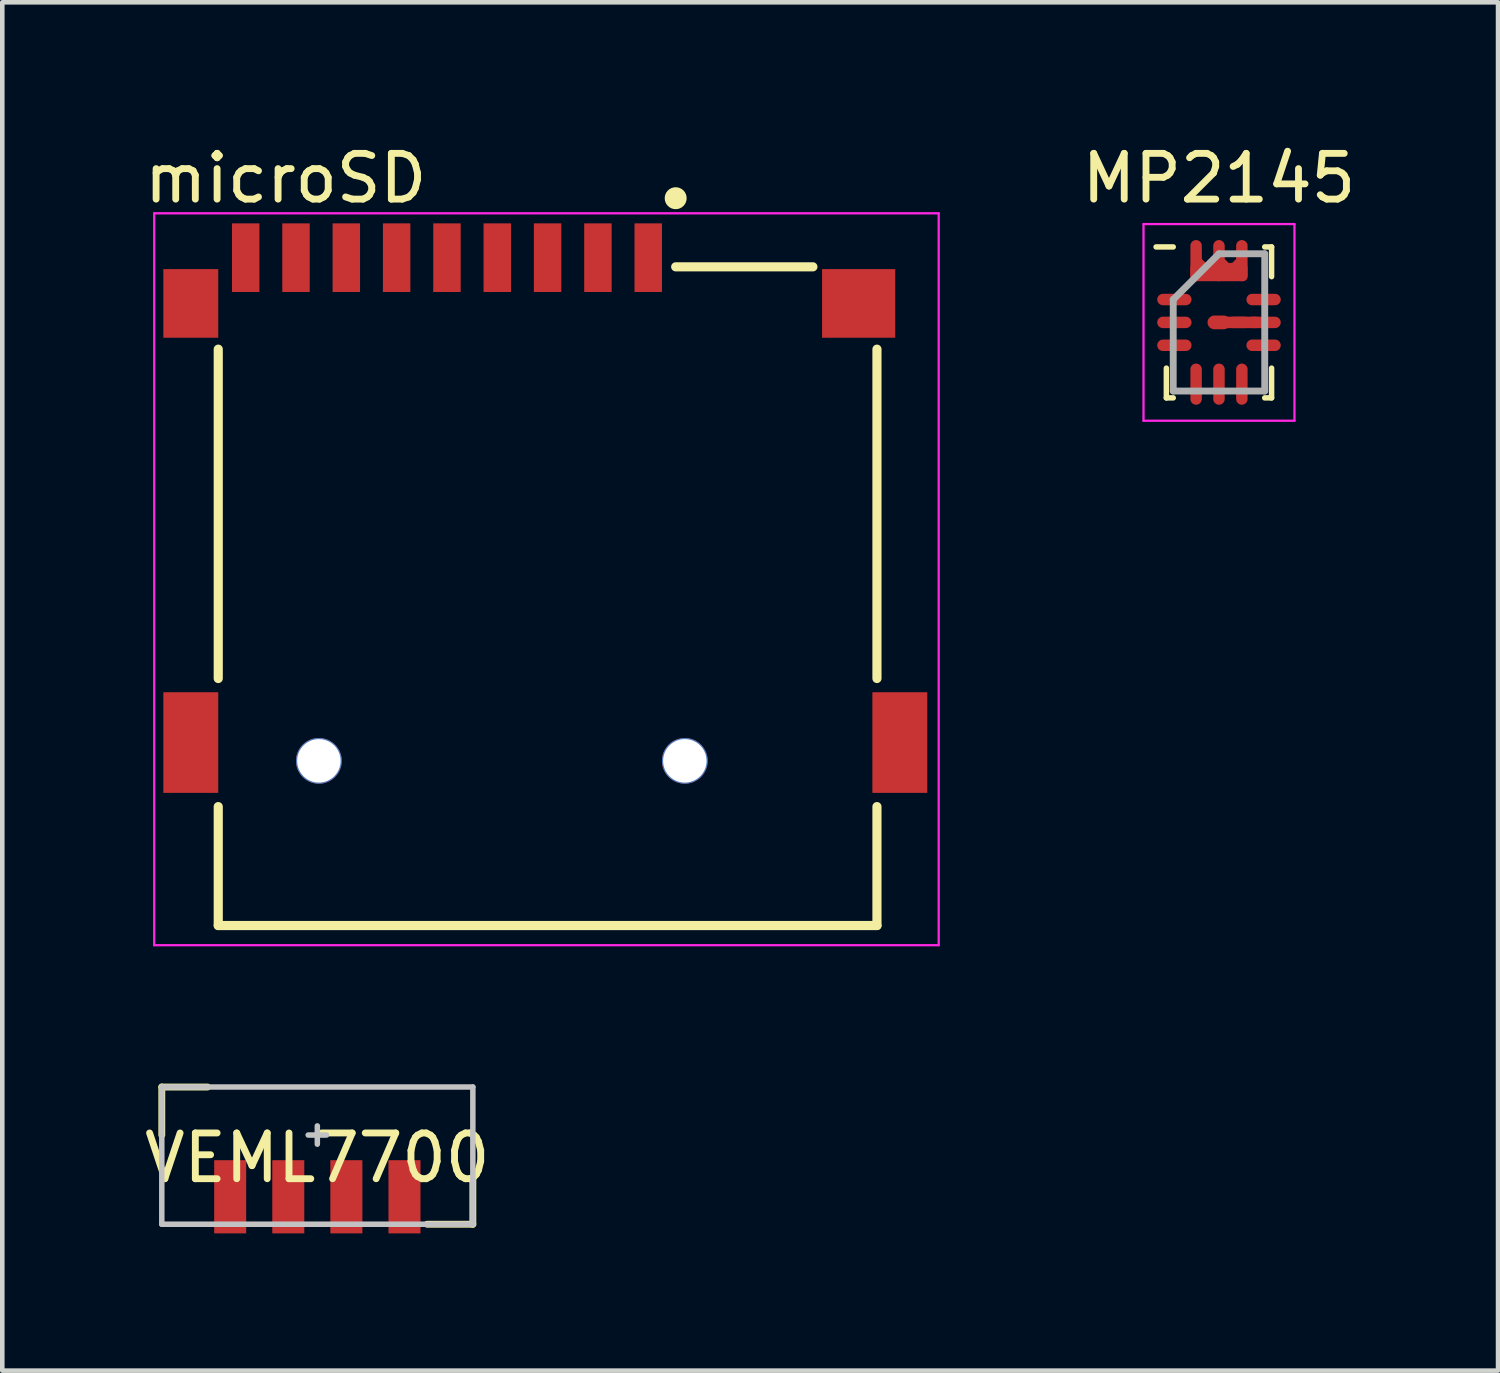
<source format=kicad_pcb>
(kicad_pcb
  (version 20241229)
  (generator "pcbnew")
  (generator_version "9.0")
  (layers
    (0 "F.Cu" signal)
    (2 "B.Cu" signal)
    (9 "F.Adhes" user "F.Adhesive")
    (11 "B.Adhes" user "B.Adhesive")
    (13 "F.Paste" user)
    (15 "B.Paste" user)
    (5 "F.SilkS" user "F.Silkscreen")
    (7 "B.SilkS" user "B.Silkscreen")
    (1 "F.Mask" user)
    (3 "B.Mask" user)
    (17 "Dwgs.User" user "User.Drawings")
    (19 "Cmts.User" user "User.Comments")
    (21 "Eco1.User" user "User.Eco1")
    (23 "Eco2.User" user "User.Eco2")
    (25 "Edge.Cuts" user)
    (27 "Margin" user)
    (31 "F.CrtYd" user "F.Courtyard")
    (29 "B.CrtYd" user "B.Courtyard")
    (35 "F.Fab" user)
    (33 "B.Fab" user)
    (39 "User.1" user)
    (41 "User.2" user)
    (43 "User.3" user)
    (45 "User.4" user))
  (footprint "VEML7700"
    (layer "F.Cu")
    (at 3.887 21.763)
    (property "Reference" "VEML7700" (at 0 0.5 0) (layer "F.SilkS") (effects (font (size 1 1) (thickness 0.15))))
    (attr smd)
    (fp_line (start -3.4 -1.05) (end -3.4 0) (stroke (width 0.15) (type solid)) (layer "F.SilkS"))
    (fp_line (start -2.4 -1.05) (end -3.4 -1.05) (stroke (width 0.15) (type solid)) (layer "F.SilkS"))
    (fp_line (start 3.4 1.95) (end 2.4 1.95) (stroke (width 0.15) (type solid)) (layer "F.SilkS"))
    (fp_line (start 3.4 1.95) (end 3.4 0.95) (stroke (width 0.15) (type solid)) (layer "F.SilkS"))
    (fp_line (start -3.4 -1.05) (end 3.4 -1.05) (stroke (width 0.12) (type solid)) (layer "Dwgs.User"))
    (fp_line (start -3.4 1.95) (end -3.4 -1.05) (stroke (width 0.12) (type solid)) (layer "Dwgs.User"))
    (fp_line (start 0 -0.2) (end 0 0.2) (stroke (width 0.12) (type solid)) (layer "Dwgs.User"))
    (fp_line (start 0.2 0) (end -0.2 0) (stroke (width 0.12) (type solid)) (layer "Dwgs.User"))
    (fp_line (start 3.4 -1.05) (end 3.4 1.95) (stroke (width 0.12) (type solid)) (layer "Dwgs.User"))
    (fp_line (start 3.4 1.95) (end -3.4 1.95) (stroke (width 0.12) (type solid)) (layer "Dwgs.User"))
    (pad "1" smd rect (at -1.905 1.35) (size 0.7 1.6) (layers "F.Cu" "F.Mask" "F.Paste"))
    (pad "2" smd rect (at -0.635 1.35) (size 0.7 1.6) (layers "F.Cu" "F.Mask" "F.Paste"))
    (pad "3" smd rect (at 0.635 1.35) (size 0.7 1.6) (layers "F.Cu" "F.Mask" "F.Paste"))
    (pad "4" smd rect (at 1.905 1.35) (size 0.7 1.6) (layers "F.Cu" "F.Mask" "F.Paste")))
  (footprint "MP2145"
    (layer "F.Cu")
    (at 23.598 3.998)
    (property "Reference" "MP2145" (at 0 -3.15 0) (layer "F.SilkS") (effects (font (size 1 1) (thickness 0.15))))
    (attr smd)
    (fp_line (start -1.15 1.65) (end -1.15 1) (stroke (width 0.12) (type solid)) (layer "F.SilkS"))
    (fp_line (start -1 -1.65) (end -1.375 -1.65) (stroke (width 0.12) (type solid)) (layer "F.SilkS"))
    (fp_line (start -1 1.65) (end -1.15 1.65) (stroke (width 0.12) (type solid)) (layer "F.SilkS"))
    (fp_line (start 1 -1.65) (end 1.15 -1.65) (stroke (width 0.12) (type solid)) (layer "F.SilkS"))
    (fp_line (start 1 1.65) (end 1.15 1.65) (stroke (width 0.12) (type solid)) (layer "F.SilkS"))
    (fp_line (start 1.15 -1.65) (end 1.15 -1) (stroke (width 0.12) (type solid)) (layer "F.SilkS"))
    (fp_line (start 1.15 1.65) (end 1.15 1) (stroke (width 0.12) (type solid)) (layer "F.SilkS"))
    (fp_line (start -1.65 -2.15) (end 1.65 -2.15) (stroke (width 0.05) (type solid)) (layer "F.CrtYd"))
    (fp_line (start -1.65 2.15) (end -1.65 -2.15) (stroke (width 0.05) (type solid)) (layer "F.CrtYd"))
    (fp_line (start 1.65 -2.15) (end 1.65 2.15) (stroke (width 0.05) (type solid)) (layer "F.CrtYd"))
    (fp_line (start 1.65 2.15) (end -1.65 2.15) (stroke (width 0.05) (type solid)) (layer "F.CrtYd"))
    (fp_line (start -1 -0.5) (end -1 1.5) (stroke (width 0.15) (type solid)) (layer "F.Fab"))
    (fp_line (start -1 1.5) (end 1 1.5) (stroke (width 0.15) (type solid)) (layer "F.Fab"))
    (fp_line (start 0 -1.5) (end -1 -0.5) (stroke (width 0.15) (type solid)) (layer "F.Fab"))
    (fp_line (start 1 -1.5) (end 0 -1.5) (stroke (width 0.15) (type solid)) (layer "F.Fab"))
    (fp_line (start 1 1.5) (end 1 -1.5) (stroke (width 0.15) (type solid)) (layer "F.Fab"))
    (pad "1" smd oval (at -0.975 -0.5 90) (size 0.25 0.75) (layers "F.Cu" "F.Mask" "F.Paste"))
    (pad "2" smd oval (at -0.975 0 90) (size 0.25 0.75) (layers "F.Cu" "F.Mask" "F.Paste"))
    (pad "3" smd oval (at -0.975 0.5 90) (size 0.25 0.75) (layers "F.Cu" "F.Mask" "F.Paste"))
    (pad "4" smd oval (at -0.5 1.35) (size 0.25 0.9) (layers "F.Cu" "F.Mask" "F.Paste"))
    (pad "5" smd oval (at 0 1.35) (size 0.25 0.9) (layers "F.Cu" "F.Mask" "F.Paste"))
    (pad "6" smd oval (at 0.5 1.35) (size 0.25 0.9) (layers "F.Cu" "F.Mask" "F.Paste"))
    (pad "7" smd oval (at 0.975 0.5 90) (size 0.25 0.75) (layers "F.Cu" "F.Mask" "F.Paste"))
    (pad "8" smd oval (at 0 0 90) (size 0.3 0.5) (layers "F.Cu" "F.Mask" "F.Paste"))
    (pad "8" smd oval (at 0.33 0 90) (size 0.25 0.75) (layers "F.Cu" "F.Mask" "F.Paste"))
    (pad "8" smd oval (at 0.57 0 90) (size 0.25 0.75) (layers "F.Cu" "F.Mask" "F.Paste"))
    (pad "8" smd oval (at 0.975 0 90) (size 0.25 0.75) (layers "F.Cu" "F.Mask" "F.Paste"))
    (pad "9" smd oval (at 0.975 -0.5 90) (size 0.25 0.75) (layers "F.Cu" "F.Mask" "F.Paste"))
    (pad "10" smd trapezoid (at -0.37 -1.31 225) (size 0.1 0.3) (layers "F.Cu" "F.Mask" "F.Paste"))
    (pad "10" smd trapezoid (at -0.13 -1.31 315) (size 0.1 0.3) (layers "F.Cu" "F.Mask" "F.Paste"))
    (pad "10" smd roundrect (at 0 -1.1) (size 1.25 0.4) (layers "F.Cu" "F.Mask" "F.Paste") (roundrect_rratio 0.25))
    (pad "10" smd trapezoid (at 0.13 -1.31 225) (size 0.1 0.3) (layers "F.Cu" "F.Mask" "F.Paste"))
    (pad "10" smd trapezoid (at 0.38 -1.32 135) (size 0.1 0.3) (layers "F.Cu" "F.Mask" "F.Paste"))
    (pad "10" smd oval (at 0.5 -1.35) (size 0.25 0.9) (layers "F.Cu" "F.Mask" "F.Paste"))
    (pad "11" smd oval (at 0 -1.35) (size 0.25 0.9) (layers "F.Cu" "F.Mask" "F.Paste"))
    (pad "12" smd oval (at -0.5 -1.35) (size 0.25 0.9) (layers "F.Cu" "F.Mask" "F.Paste")))
  (footprint "microSD"
    (layer "F.Cu")
    (at 11.921 13.583)
    (property "Reference" "microSD" (at -8.725 -12.735 0) (layer "F.SilkS") (effects (font (size 1 1) (thickness 0.15))))
    (attr through_hole)
    (fp_line (start -10.2 -1.8) (end -10.2 -9) (stroke (width 0.2) (type solid)) (layer "F.SilkS"))
    (fp_line (start -10.2 3.6) (end -10.2 1) (stroke (width 0.2) (type solid)) (layer "F.SilkS"))
    (fp_line (start -10.2 3.6) (end 4.2 3.6) (stroke (width 0.2) (type solid)) (layer "F.SilkS"))
    (fp_line (start -0.2 -10.8) (end 2.8 -10.8) (stroke (width 0.2) (type solid)) (layer "F.SilkS"))
    (fp_line (start 4.2 -1.8) (end 4.2 -9) (stroke (width 0.2) (type solid)) (layer "F.SilkS"))
    (fp_line (start 4.2 3.6) (end 4.2 1) (stroke (width 0.2) (type solid)) (layer "F.SilkS"))
    (fp_circle (center -0.2 -12.3) (end -0.08 -12.3) (stroke (width 0.24) (type solid)) (fill no) (layer "F.SilkS"))
    (fp_line (start -11.6 -11.97) (end 5.55 -11.97) (stroke (width 0.05) (type solid)) (layer "F.CrtYd"))
    (fp_line (start -11.6 4.03) (end -11.6 -11.97) (stroke (width 0.05) (type solid)) (layer "F.CrtYd"))
    (fp_line (start -11.6 4.03) (end 5.55 4.03) (stroke (width 0.05) (type solid)) (layer "F.CrtYd"))
    (fp_line (start 5.55 -11.97) (end 5.55 4.03) (stroke (width 0.05) (type solid)) (layer "F.CrtYd"))
    (pad "" np_thru_hole circle (at -8 0) (size 1 1) (drill 0.95) (layers "*.Cu" "*.Mask"))
    (pad "" np_thru_hole circle (at 0 0) (size 1 1) (drill 0.95) (layers "*.Cu" "*.Mask"))
    (pad "1" smd rect (at -0.8 -11) (size 0.6 1.5) (layers "F.Cu" "F.Mask" "F.Paste"))
    (pad "2" smd rect (at -1.9 -11) (size 0.6 1.5) (layers "F.Cu" "F.Mask" "F.Paste"))
    (pad "3" smd rect (at -3 -11) (size 0.6 1.5) (layers "F.Cu" "F.Mask" "F.Paste"))
    (pad "4" smd rect (at -4.1 -11) (size 0.6 1.5) (layers "F.Cu" "F.Mask" "F.Paste"))
    (pad "5" smd rect (at -5.2 -11) (size 0.6 1.5) (layers "F.Cu" "F.Mask" "F.Paste"))
    (pad "6" smd rect (at -6.3 -11) (size 0.6 1.5) (layers "F.Cu" "F.Mask" "F.Paste"))
    (pad "7" smd rect (at -7.4 -11) (size 0.6 1.5) (layers "F.Cu" "F.Mask" "F.Paste"))
    (pad "8" smd rect (at -8.5 -11) (size 0.6 1.5) (layers "F.Cu" "F.Mask" "F.Paste"))
    (pad "9" smd rect (at -9.6 -11) (size 0.6 1.5) (layers "F.Cu" "F.Mask" "F.Paste"))
    (pad "EP" smd rect (at -10.8 -10) (size 1.2 1.5) (layers "F.Cu" "F.Mask" "F.Paste"))
    (pad "EP" smd rect (at -10.8 -0.4) (size 1.2 2.2) (layers "F.Cu" "F.Mask" "F.Paste"))
    (pad "EP" smd rect (at 3.8 -10) (size 1.6 1.5) (layers "F.Cu" "F.Mask" "F.Paste"))
    (pad "EP" smd rect (at 4.7 -0.4) (size 1.2 2.2) (layers "F.Cu" "F.Mask" "F.Paste"))
    (zone (net_name "") (layer "F.Cu") (hatch full 0.508) (connect_pads) (min_thickness 0.01) (filled_areas_thickness no) (keepout (tracks not_allowed) (vias not_allowed) (pads not_allowed) (copperpour not_allowed) (footprints allowed)) (placement (enabled no)) (fill) (polygon (pts (xy 1.271 6.063) (xy 11.471 6.063) (xy 11.471 10.113) (xy 1.271 10.113))))
    (zone (net_name "") (layers "F.Cu" "B.Cu") (hatch full 0.508) (connect_pads) (min_thickness 0.01) (filled_areas_thickness no) (keepout (tracks allowed) (vias not_allowed) (pads allowed) (copperpour allowed) (footprints allowed)) (placement (enabled no)) (fill) (polygon (pts (xy 1.271 6.063) (xy 11.471 6.063) (xy 11.471 10.113) (xy 1.271 10.113)))))
  (gr_rect
    (start -3 -3)
    (end 29.699 26.913)
    (stroke (width 0.1) (type default))
    (fill no)
    (layer "Edge.Cuts")))
</source>
